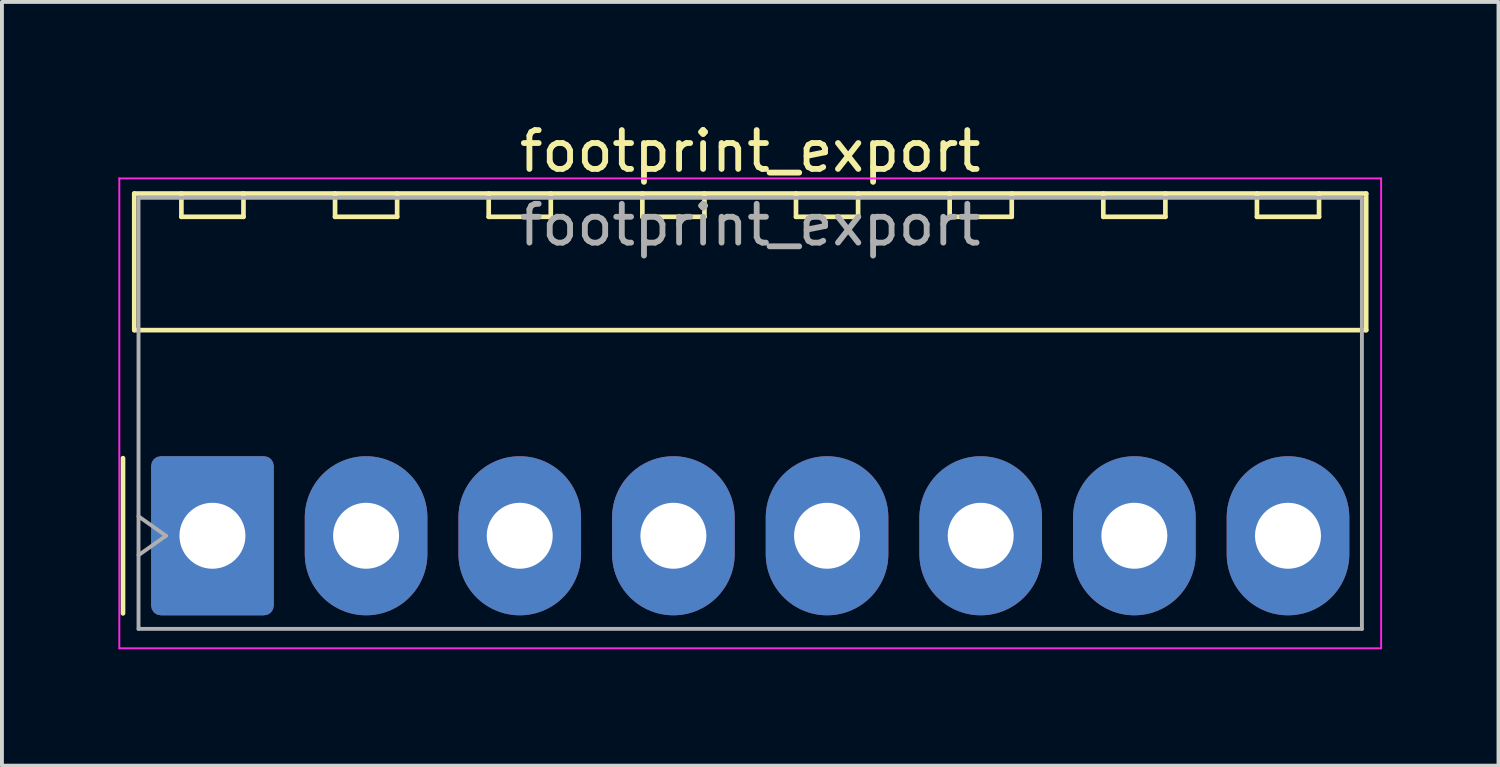
<source format=kicad_pcb>
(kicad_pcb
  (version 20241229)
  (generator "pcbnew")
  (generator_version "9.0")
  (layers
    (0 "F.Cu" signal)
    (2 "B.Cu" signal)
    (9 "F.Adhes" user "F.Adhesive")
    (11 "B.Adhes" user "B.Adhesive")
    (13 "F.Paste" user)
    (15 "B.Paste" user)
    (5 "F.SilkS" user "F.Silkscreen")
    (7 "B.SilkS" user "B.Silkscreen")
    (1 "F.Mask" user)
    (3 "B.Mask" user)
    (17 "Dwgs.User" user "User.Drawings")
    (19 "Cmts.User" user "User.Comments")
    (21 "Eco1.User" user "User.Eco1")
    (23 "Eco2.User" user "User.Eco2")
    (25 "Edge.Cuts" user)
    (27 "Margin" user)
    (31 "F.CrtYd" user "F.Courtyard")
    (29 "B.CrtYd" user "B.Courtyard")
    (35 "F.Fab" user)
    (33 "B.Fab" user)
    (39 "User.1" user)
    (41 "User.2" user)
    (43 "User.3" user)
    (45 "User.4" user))
  (footprint "footprint_export"
    (layer "F.Cu")
    (at 2.425 10.758)
    (property "Reference" "footprint_export" (at 13.86 -9.91 0) (layer "F.SilkS") (effects (font (size 1 1) (thickness 0.15))))
    (attr through_hole)
    (fp_line (start -2.305 -2) (end -2.305 2) (stroke (width 0.12) (type solid)) (layer "F.SilkS"))
    (fp_line (start -2.015 -8.82) (end 29.735 -8.82) (stroke (width 0.12) (type solid)) (layer "F.SilkS"))
    (fp_line (start -2.015 -5.3) (end -2.015 -8.82) (stroke (width 0.12) (type solid)) (layer "F.SilkS"))
    (fp_line (start -0.8 -8.82) (end -0.8 -8.22) (stroke (width 0.12) (type solid)) (layer "F.SilkS"))
    (fp_line (start -0.8 -8.22) (end 0.8 -8.22) (stroke (width 0.12) (type solid)) (layer "F.SilkS"))
    (fp_line (start 0.8 -8.22) (end 0.8 -8.82) (stroke (width 0.12) (type solid)) (layer "F.SilkS"))
    (fp_line (start 3.16 -8.82) (end 3.16 -8.22) (stroke (width 0.12) (type solid)) (layer "F.SilkS"))
    (fp_line (start 3.16 -8.22) (end 4.76 -8.22) (stroke (width 0.12) (type solid)) (layer "F.SilkS"))
    (fp_line (start 4.76 -8.22) (end 4.76 -8.82) (stroke (width 0.12) (type solid)) (layer "F.SilkS"))
    (fp_line (start 7.12 -8.82) (end 7.12 -8.22) (stroke (width 0.12) (type solid)) (layer "F.SilkS"))
    (fp_line (start 7.12 -8.22) (end 8.72 -8.22) (stroke (width 0.12) (type solid)) (layer "F.SilkS"))
    (fp_line (start 8.72 -8.22) (end 8.72 -8.82) (stroke (width 0.12) (type solid)) (layer "F.SilkS"))
    (fp_line (start 11.08 -8.82) (end 11.08 -8.22) (stroke (width 0.12) (type solid)) (layer "F.SilkS"))
    (fp_line (start 11.08 -8.22) (end 12.68 -8.22) (stroke (width 0.12) (type solid)) (layer "F.SilkS"))
    (fp_line (start 12.68 -8.22) (end 12.68 -8.82) (stroke (width 0.12) (type solid)) (layer "F.SilkS"))
    (fp_line (start 15.04 -8.82) (end 15.04 -8.22) (stroke (width 0.12) (type solid)) (layer "F.SilkS"))
    (fp_line (start 15.04 -8.22) (end 16.64 -8.22) (stroke (width 0.12) (type solid)) (layer "F.SilkS"))
    (fp_line (start 16.64 -8.22) (end 16.64 -8.82) (stroke (width 0.12) (type solid)) (layer "F.SilkS"))
    (fp_line (start 19 -8.82) (end 19 -8.22) (stroke (width 0.12) (type solid)) (layer "F.SilkS"))
    (fp_line (start 19 -8.22) (end 20.6 -8.22) (stroke (width 0.12) (type solid)) (layer "F.SilkS"))
    (fp_line (start 20.6 -8.22) (end 20.6 -8.82) (stroke (width 0.12) (type solid)) (layer "F.SilkS"))
    (fp_line (start 22.96 -8.82) (end 22.96 -8.22) (stroke (width 0.12) (type solid)) (layer "F.SilkS"))
    (fp_line (start 22.96 -8.22) (end 24.56 -8.22) (stroke (width 0.12) (type solid)) (layer "F.SilkS"))
    (fp_line (start 24.56 -8.22) (end 24.56 -8.82) (stroke (width 0.12) (type solid)) (layer "F.SilkS"))
    (fp_line (start 26.92 -8.82) (end 26.92 -8.22) (stroke (width 0.12) (type solid)) (layer "F.SilkS"))
    (fp_line (start 26.92 -8.22) (end 28.52 -8.22) (stroke (width 0.12) (type solid)) (layer "F.SilkS"))
    (fp_line (start 28.52 -8.22) (end 28.52 -8.82) (stroke (width 0.12) (type solid)) (layer "F.SilkS"))
    (fp_line (start 29.735 -8.82) (end 29.735 -5.3) (stroke (width 0.12) (type solid)) (layer "F.SilkS"))
    (fp_line (start 29.735 -5.3) (end -2.015 -5.3) (stroke (width 0.12) (type solid)) (layer "F.SilkS"))
    (fp_line (start -2.4 -9.21) (end -2.4 2.9) (stroke (width 0.05) (type solid)) (layer "F.CrtYd"))
    (fp_line (start -2.4 2.9) (end 30.12 2.9) (stroke (width 0.05) (type solid)) (layer "F.CrtYd"))
    (fp_line (start 30.12 -9.21) (end -2.4 -9.21) (stroke (width 0.05) (type solid)) (layer "F.CrtYd"))
    (fp_line (start 30.12 2.9) (end 30.12 -9.21) (stroke (width 0.05) (type solid)) (layer "F.CrtYd"))
    (fp_line (start -1.905 -8.71) (end 29.625 -8.71) (stroke (width 0.1) (type solid)) (layer "F.Fab"))
    (fp_line (start -1.905 -0.5) (end -1.198 0) (stroke (width 0.1) (type solid)) (layer "F.Fab"))
    (fp_line (start -1.905 2.4) (end -1.905 -8.71) (stroke (width 0.1) (type solid)) (layer "F.Fab"))
    (fp_line (start -1.198 0) (end -1.905 0.5) (stroke (width 0.1) (type solid)) (layer "F.Fab"))
    (fp_line (start 29.625 -8.71) (end 29.625 2.4) (stroke (width 0.1) (type solid)) (layer "F.Fab"))
    (fp_line (start 29.625 2.4) (end -1.905 2.4) (stroke (width 0.1) (type solid)) (layer "F.Fab"))
    (fp_text user "${REFERENCE}" (at 13.86 -8.01 0) (layer "F.Fab") (effects (font (size 1 1) (thickness 0.15))))
    (pad "1" thru_hole roundrect (at 0 0) (size 3.16 4.1) (drill 1.7) (layers "*.Cu" "*.Mask") (roundrect_rratio 0.079))
    (pad "2" thru_hole oval (at 3.96 0) (size 3.16 4.1) (drill 1.7) (layers "*.Cu" "*.Mask"))
    (pad "3" thru_hole oval (at 7.92 0) (size 3.16 4.1) (drill 1.7) (layers "*.Cu" "*.Mask"))
    (pad "4" thru_hole oval (at 11.88 0) (size 3.16 4.1) (drill 1.7) (layers "*.Cu" "*.Mask"))
    (pad "5" thru_hole oval (at 15.84 0) (size 3.16 4.1) (drill 1.7) (layers "*.Cu" "*.Mask"))
    (pad "6" thru_hole oval (at 19.8 0) (size 3.16 4.1) (drill 1.7) (layers "*.Cu" "*.Mask"))
    (pad "7" thru_hole oval (at 23.76 0) (size 3.16 4.1) (drill 1.7) (layers "*.Cu" "*.Mask"))
    (pad "8" thru_hole oval (at 27.72 0) (size 3.16 4.1) (drill 1.7) (layers "*.Cu" "*.Mask")))
  (gr_rect
    (start -3 -3)
    (end 35.57 16.683)
    (stroke (width 0.1) (type default))
    (fill no)
    (layer "Edge.Cuts")))
</source>
